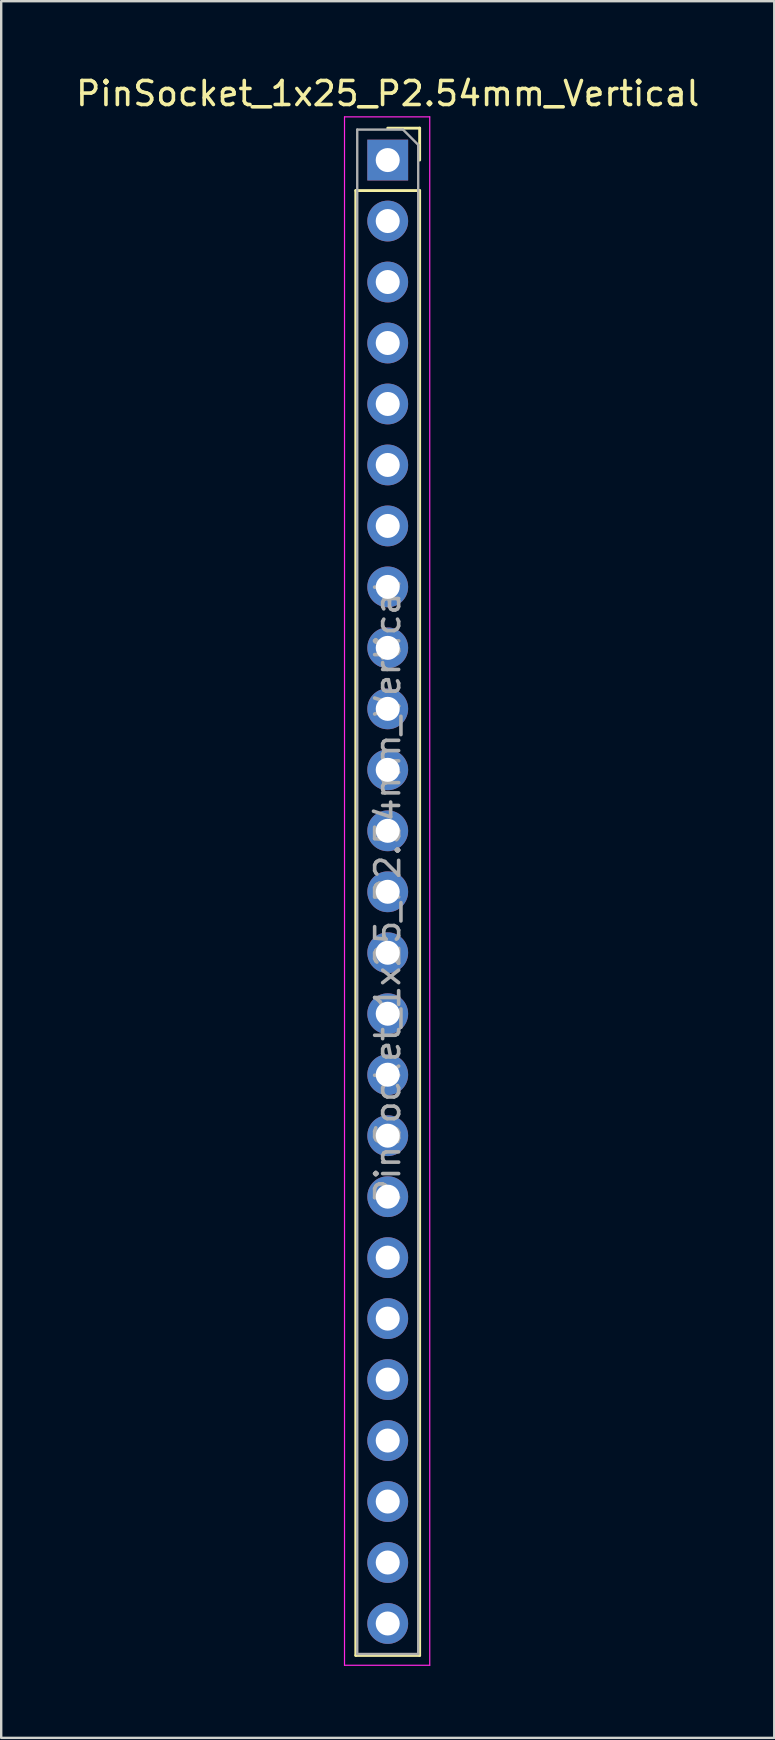
<source format=kicad_pcb>
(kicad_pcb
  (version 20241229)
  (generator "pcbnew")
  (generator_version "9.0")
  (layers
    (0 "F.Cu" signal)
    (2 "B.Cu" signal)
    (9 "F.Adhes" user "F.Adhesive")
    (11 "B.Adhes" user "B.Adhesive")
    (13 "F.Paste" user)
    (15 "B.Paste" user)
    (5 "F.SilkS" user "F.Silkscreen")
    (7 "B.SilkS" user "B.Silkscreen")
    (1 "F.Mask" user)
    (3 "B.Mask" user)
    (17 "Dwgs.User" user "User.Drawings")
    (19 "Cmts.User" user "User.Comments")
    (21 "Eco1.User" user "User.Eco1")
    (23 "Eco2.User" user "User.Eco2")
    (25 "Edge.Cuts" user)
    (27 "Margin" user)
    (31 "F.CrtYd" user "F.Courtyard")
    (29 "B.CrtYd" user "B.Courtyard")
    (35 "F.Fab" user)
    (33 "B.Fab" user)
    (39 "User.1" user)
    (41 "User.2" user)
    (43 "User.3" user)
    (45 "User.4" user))
  (footprint "PinSocket_1x25_P2.54mm_Vertical"
    (layer "F.Cu")
    (at 13.101 3.618)
    (property "Reference" "PinSocket_1x25_P2.54mm_Vertical" (at 0 -2.77 0) (layer "F.SilkS") (effects (font (size 1 1) (thickness 0.15))))
    (attr through_hole)
    (fp_line (start -1.33 1.27) (end -1.33 62.29) (stroke (width 0.12) (type solid)) (layer "F.SilkS"))
    (fp_line (start -1.33 1.27) (end 1.33 1.27) (stroke (width 0.12) (type solid)) (layer "F.SilkS"))
    (fp_line (start -1.33 62.29) (end 1.33 62.29) (stroke (width 0.12) (type solid)) (layer "F.SilkS"))
    (fp_line (start 0 -1.33) (end 1.33 -1.33) (stroke (width 0.12) (type solid)) (layer "F.SilkS"))
    (fp_line (start 1.33 -1.33) (end 1.33 0) (stroke (width 0.12) (type solid)) (layer "F.SilkS"))
    (fp_line (start 1.33 1.27) (end 1.33 62.29) (stroke (width 0.12) (type solid)) (layer "F.SilkS"))
    (fp_line (start -1.8 -1.8) (end 1.75 -1.8) (stroke (width 0.05) (type solid)) (layer "F.CrtYd"))
    (fp_line (start -1.8 62.7) (end -1.8 -1.8) (stroke (width 0.05) (type solid)) (layer "F.CrtYd"))
    (fp_line (start 1.75 -1.8) (end 1.75 62.7) (stroke (width 0.05) (type solid)) (layer "F.CrtYd"))
    (fp_line (start 1.75 62.7) (end -1.8 62.7) (stroke (width 0.05) (type solid)) (layer "F.CrtYd"))
    (fp_line (start -1.27 -1.27) (end 0.635 -1.27) (stroke (width 0.1) (type solid)) (layer "F.Fab"))
    (fp_line (start -1.27 62.23) (end -1.27 -1.27) (stroke (width 0.1) (type solid)) (layer "F.Fab"))
    (fp_line (start 0.635 -1.27) (end 1.27 -0.635) (stroke (width 0.1) (type solid)) (layer "F.Fab"))
    (fp_line (start 1.27 -0.635) (end 1.27 62.23) (stroke (width 0.1) (type solid)) (layer "F.Fab"))
    (fp_line (start 1.27 62.23) (end -1.27 62.23) (stroke (width 0.1) (type solid)) (layer "F.Fab"))
    (fp_text user "${REFERENCE}" (at 0 30.48 90) (layer "F.Fab") (effects (font (size 1 1) (thickness 0.15))))
    (pad "1" thru_hole rect (at 0 0) (size 1.7 1.7) (drill 1) (layers "*.Cu" "*.Mask"))
    (pad "2" thru_hole oval (at 0 2.54) (size 1.7 1.7) (drill 1) (layers "*.Cu" "*.Mask"))
    (pad "3" thru_hole oval (at 0 5.08) (size 1.7 1.7) (drill 1) (layers "*.Cu" "*.Mask"))
    (pad "4" thru_hole oval (at 0 7.62) (size 1.7 1.7) (drill 1) (layers "*.Cu" "*.Mask"))
    (pad "5" thru_hole oval (at 0 10.16) (size 1.7 1.7) (drill 1) (layers "*.Cu" "*.Mask"))
    (pad "6" thru_hole oval (at 0 12.7) (size 1.7 1.7) (drill 1) (layers "*.Cu" "*.Mask"))
    (pad "7" thru_hole oval (at 0 15.24) (size 1.7 1.7) (drill 1) (layers "*.Cu" "*.Mask"))
    (pad "8" thru_hole oval (at 0 17.78) (size 1.7 1.7) (drill 1) (layers "*.Cu" "*.Mask"))
    (pad "9" thru_hole oval (at 0 20.32) (size 1.7 1.7) (drill 1) (layers "*.Cu" "*.Mask"))
    (pad "10" thru_hole oval (at 0 22.86) (size 1.7 1.7) (drill 1) (layers "*.Cu" "*.Mask"))
    (pad "11" thru_hole oval (at 0 25.4) (size 1.7 1.7) (drill 1) (layers "*.Cu" "*.Mask"))
    (pad "12" thru_hole oval (at 0 27.94) (size 1.7 1.7) (drill 1) (layers "*.Cu" "*.Mask"))
    (pad "13" thru_hole oval (at 0 30.48) (size 1.7 1.7) (drill 1) (layers "*.Cu" "*.Mask"))
    (pad "14" thru_hole oval (at 0 33.02) (size 1.7 1.7) (drill 1) (layers "*.Cu" "*.Mask"))
    (pad "15" thru_hole oval (at 0 35.56) (size 1.7 1.7) (drill 1) (layers "*.Cu" "*.Mask"))
    (pad "16" thru_hole oval (at 0 38.1) (size 1.7 1.7) (drill 1) (layers "*.Cu" "*.Mask"))
    (pad "17" thru_hole oval (at 0 40.64) (size 1.7 1.7) (drill 1) (layers "*.Cu" "*.Mask"))
    (pad "18" thru_hole oval (at 0 43.18) (size 1.7 1.7) (drill 1) (layers "*.Cu" "*.Mask"))
    (pad "19" thru_hole oval (at 0 45.72) (size 1.7 1.7) (drill 1) (layers "*.Cu" "*.Mask"))
    (pad "20" thru_hole oval (at 0 48.26) (size 1.7 1.7) (drill 1) (layers "*.Cu" "*.Mask"))
    (pad "21" thru_hole oval (at 0 50.8) (size 1.7 1.7) (drill 1) (layers "*.Cu" "*.Mask"))
    (pad "22" thru_hole oval (at 0 53.34) (size 1.7 1.7) (drill 1) (layers "*.Cu" "*.Mask"))
    (pad "23" thru_hole oval (at 0 55.88) (size 1.7 1.7) (drill 1) (layers "*.Cu" "*.Mask"))
    (pad "24" thru_hole oval (at 0 58.42) (size 1.7 1.7) (drill 1) (layers "*.Cu" "*.Mask"))
    (pad "25" thru_hole oval (at 0 60.96) (size 1.7 1.7) (drill 1) (layers "*.Cu" "*.Mask")))
  (gr_rect
    (start -3 -3)
    (end 29.202 69.343)
    (stroke (width 0.1) (type default))
    (fill no)
    (layer "Edge.Cuts")))
</source>
